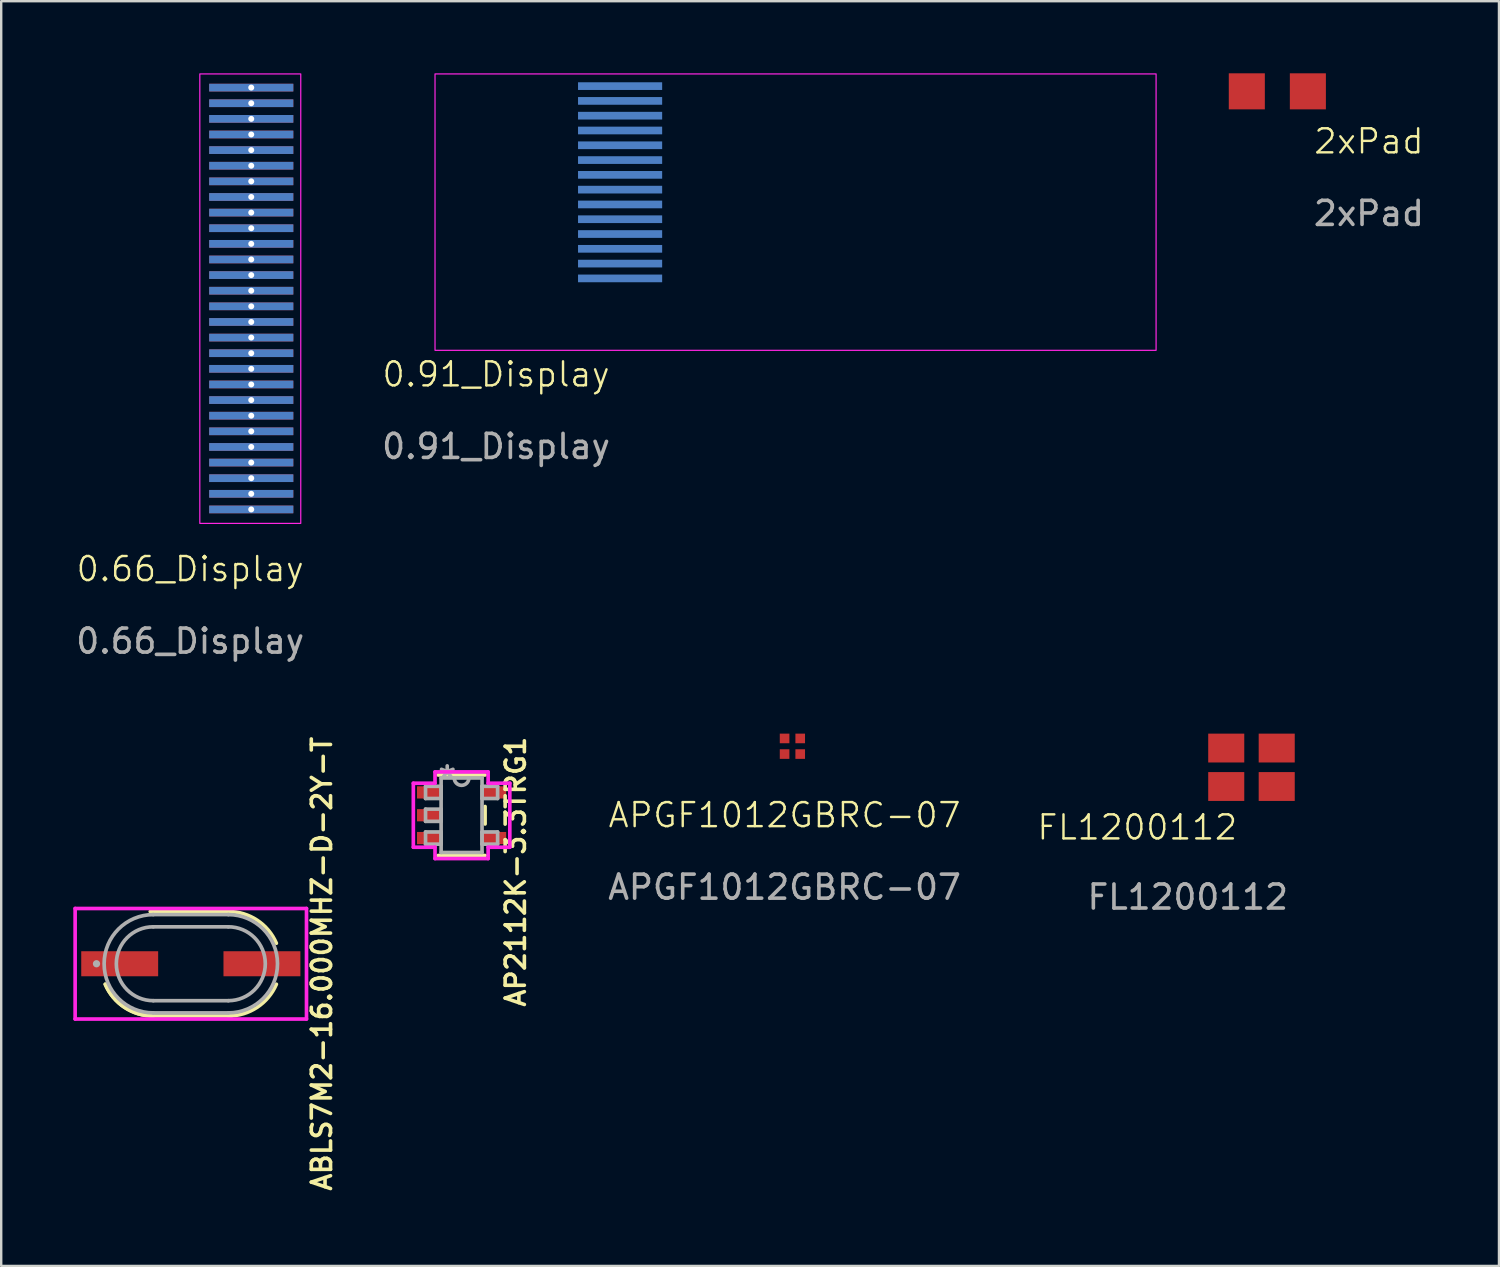
<source format=kicad_pcb>
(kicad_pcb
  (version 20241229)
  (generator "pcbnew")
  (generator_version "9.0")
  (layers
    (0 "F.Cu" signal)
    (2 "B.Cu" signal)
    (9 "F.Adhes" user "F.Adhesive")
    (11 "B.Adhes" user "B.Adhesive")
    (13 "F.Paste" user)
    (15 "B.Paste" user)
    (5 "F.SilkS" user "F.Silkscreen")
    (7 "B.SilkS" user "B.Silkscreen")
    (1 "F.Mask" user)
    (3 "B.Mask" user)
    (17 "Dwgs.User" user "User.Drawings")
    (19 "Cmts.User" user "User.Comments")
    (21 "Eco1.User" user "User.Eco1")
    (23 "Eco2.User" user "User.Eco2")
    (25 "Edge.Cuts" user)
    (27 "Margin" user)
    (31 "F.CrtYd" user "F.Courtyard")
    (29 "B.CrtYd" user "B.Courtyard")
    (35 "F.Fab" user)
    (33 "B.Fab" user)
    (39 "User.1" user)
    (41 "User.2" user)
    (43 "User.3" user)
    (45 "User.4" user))
  (footprint "ABLS7M2-16.000MHZ-D-2Y-T"
    (layer "F.Cu")
    (at 4.889 37.047)
    (property "Reference" "ABLS7M2-16.000MHZ-D-2Y-T" (at 5.45 0 90) (layer "F.SilkS") (effects (font (size 0.8 0.8) (thickness 0.15))))
    (attr through_hole)
    (fp_line (start -1.689 -2.172) (end 1.689 -2.172) (stroke (width 0.152) (type solid)) (layer "F.SilkS"))
    (fp_line (start 1.689 2.172) (end -1.689 2.172) (stroke (width 0.152) (type solid)) (layer "F.SilkS"))
    (fp_arc (start -1.5621 2.1717) (mid -2.758525 1.812415) (end -3.559078 0.85344) (stroke (width 0.1524) (type solid)) (layer "F.SilkS"))
    (fp_arc (start -1.5621 2.1717) (mid -2.758524 1.812415) (end -3.559077 0.853441) (stroke (width 0.1524) (type solid)) (layer "F.SilkS"))
    (fp_arc (start 1.5621 -2.1717) (mid 2.758525 -1.812415) (end 3.559078 -0.85344) (stroke (width 0.1524) (type solid)) (layer "F.SilkS"))
    (fp_arc (start 3.559676 0.852039) (mid 2.75916 1.811995) (end 1.5621 2.1717) (stroke (width 0.1524) (type solid)) (layer "F.SilkS"))
    (fp_line (start -4.813 -2.299) (end 4.813 -2.299) (stroke (width 0.152) (type solid)) (layer "F.CrtYd"))
    (fp_line (start -4.813 2.299) (end -4.813 -2.299) (stroke (width 0.152) (type solid)) (layer "F.CrtYd"))
    (fp_line (start 4.813 -2.299) (end 4.813 2.299) (stroke (width 0.152) (type solid)) (layer "F.CrtYd"))
    (fp_line (start 4.813 2.299) (end -4.813 2.299) (stroke (width 0.152) (type solid)) (layer "F.CrtYd"))
    (fp_line (start -1.562 -2.045) (end 1.562 -2.045) (stroke (width 0.152) (type solid)) (layer "F.Fab"))
    (fp_line (start -1.562 -1.537) (end 1.562 -1.537) (stroke (width 0.152) (type solid)) (layer "F.Fab"))
    (fp_line (start 1.562 1.537) (end -1.562 1.537) (stroke (width 0.152) (type solid)) (layer "F.Fab"))
    (fp_line (start 1.562 2.045) (end -1.562 2.045) (stroke (width 0.152) (type solid)) (layer "F.Fab"))
    (fp_arc (start -1.5621 1.5367) (mid -3.0988 0) (end -1.5621 -1.5367) (stroke (width 0.1524) (type solid)) (layer "F.Fab"))
    (fp_arc (start -1.5621 2.0447) (mid -3.6068 0) (end -1.5621 -2.0447) (stroke (width 0.1524) (type solid)) (layer "F.Fab"))
    (fp_arc (start 1.5621 -2.0447) (mid 3.6068 0) (end 1.5621 2.0447) (stroke (width 0.1524) (type solid)) (layer "F.Fab"))
    (fp_arc (start 1.5621 -1.5367) (mid 3.0988 0) (end 1.5621 1.5367) (stroke (width 0.1524) (type solid)) (layer "F.Fab"))
    (fp_circle (center -3.924 0) (end -3.924 0) (stroke (width 0.152) (type solid)) (fill no) (layer "F.Fab"))
    (pad "1" smd rect (at -2.959 0 90) (size 1.041 3.2) (layers "F.Cu" "F.Mask" "F.Paste"))
    (pad "2" smd rect (at 2.959 0 90) (size 1.041 3.2) (layers "F.Cu" "F.Mask" "F.Paste")))
  (footprint "AP2112K-3.3TRG1"
    (layer "F.Cu")
    (at 16.154 30.868)
    (property "Reference" "AP2112K-3.3TRG1" (at 2.25 2.35 270) (layer "F.SilkS") (effects (font (size 0.8 0.8) (thickness 0.15))))
    (attr through_hole)
    (fp_line (start -0.978 1.676) (end 0.978 1.676) (stroke (width 0.152) (type solid)) (layer "F.SilkS"))
    (fp_line (start 0.978 -1.676) (end -0.978 -1.676) (stroke (width 0.152) (type solid)) (layer "F.SilkS"))
    (fp_line (start 0.978 0.363) (end 0.978 -0.363) (stroke (width 0.152) (type solid)) (layer "F.SilkS"))
    (fp_line (start -2.007 -1.331) (end -1.105 -1.331) (stroke (width 0.152) (type solid)) (layer "F.CrtYd"))
    (fp_line (start -2.007 1.331) (end -2.007 -1.331) (stroke (width 0.152) (type solid)) (layer "F.CrtYd"))
    (fp_line (start -1.105 -1.803) (end 1.105 -1.803) (stroke (width 0.152) (type solid)) (layer "F.CrtYd"))
    (fp_line (start -1.105 -1.331) (end -1.105 -1.803) (stroke (width 0.152) (type solid)) (layer "F.CrtYd"))
    (fp_line (start -1.105 1.331) (end -2.007 1.331) (stroke (width 0.152) (type solid)) (layer "F.CrtYd"))
    (fp_line (start -1.105 1.803) (end -1.105 1.331) (stroke (width 0.152) (type solid)) (layer "F.CrtYd"))
    (fp_line (start 1.105 -1.803) (end 1.105 -1.331) (stroke (width 0.152) (type solid)) (layer "F.CrtYd"))
    (fp_line (start 1.105 -1.331) (end 2.007 -1.331) (stroke (width 0.152) (type solid)) (layer "F.CrtYd"))
    (fp_line (start 1.105 1.331) (end 1.105 1.803) (stroke (width 0.152) (type solid)) (layer "F.CrtYd"))
    (fp_line (start 1.105 1.803) (end -1.105 1.803) (stroke (width 0.152) (type solid)) (layer "F.CrtYd"))
    (fp_line (start 2.007 -1.331) (end 2.007 1.331) (stroke (width 0.152) (type solid)) (layer "F.CrtYd"))
    (fp_line (start 2.007 1.331) (end 1.105 1.331) (stroke (width 0.152) (type solid)) (layer "F.CrtYd"))
    (fp_line (start -1.499 -1.204) (end -1.499 -0.696) (stroke (width 0.152) (type solid)) (layer "F.Fab"))
    (fp_line (start -1.499 -0.696) (end -0.851 -0.696) (stroke (width 0.152) (type solid)) (layer "F.Fab"))
    (fp_line (start -1.499 -0.254) (end -1.499 0.254) (stroke (width 0.152) (type solid)) (layer "F.Fab"))
    (fp_line (start -1.499 0.254) (end -0.851 0.254) (stroke (width 0.152) (type solid)) (layer "F.Fab"))
    (fp_line (start -1.499 0.696) (end -1.499 1.204) (stroke (width 0.152) (type solid)) (layer "F.Fab"))
    (fp_line (start -1.499 1.204) (end -0.851 1.204) (stroke (width 0.152) (type solid)) (layer "F.Fab"))
    (fp_line (start -0.851 -1.549) (end -0.851 1.549) (stroke (width 0.152) (type solid)) (layer "F.Fab"))
    (fp_line (start -0.851 -1.204) (end -1.499 -1.204) (stroke (width 0.152) (type solid)) (layer "F.Fab"))
    (fp_line (start -0.851 -0.696) (end -0.851 -1.204) (stroke (width 0.152) (type solid)) (layer "F.Fab"))
    (fp_line (start -0.851 -0.254) (end -1.499 -0.254) (stroke (width 0.152) (type solid)) (layer "F.Fab"))
    (fp_line (start -0.851 0.254) (end -0.851 -0.254) (stroke (width 0.152) (type solid)) (layer "F.Fab"))
    (fp_line (start -0.851 0.696) (end -1.499 0.696) (stroke (width 0.152) (type solid)) (layer "F.Fab"))
    (fp_line (start -0.851 1.204) (end -0.851 0.696) (stroke (width 0.152) (type solid)) (layer "F.Fab"))
    (fp_line (start -0.851 1.549) (end 0.851 1.549) (stroke (width 0.152) (type solid)) (layer "F.Fab"))
    (fp_line (start 0.851 -1.549) (end -0.851 -1.549) (stroke (width 0.152) (type solid)) (layer "F.Fab"))
    (fp_line (start 0.851 -1.204) (end 0.851 -0.696) (stroke (width 0.152) (type solid)) (layer "F.Fab"))
    (fp_line (start 0.851 -0.696) (end 1.499 -0.696) (stroke (width 0.152) (type solid)) (layer "F.Fab"))
    (fp_line (start 0.851 0.696) (end 0.851 1.204) (stroke (width 0.152) (type solid)) (layer "F.Fab"))
    (fp_line (start 0.851 1.204) (end 1.499 1.204) (stroke (width 0.152) (type solid)) (layer "F.Fab"))
    (fp_line (start 0.851 1.549) (end 0.851 -1.549) (stroke (width 0.152) (type solid)) (layer "F.Fab"))
    (fp_line (start 1.499 -1.204) (end 0.851 -1.204) (stroke (width 0.152) (type solid)) (layer "F.Fab"))
    (fp_line (start 1.499 -0.696) (end 1.499 -1.204) (stroke (width 0.152) (type solid)) (layer "F.Fab"))
    (fp_line (start 1.499 0.696) (end 0.851 0.696) (stroke (width 0.152) (type solid)) (layer "F.Fab"))
    (fp_line (start 1.499 1.204) (end 1.499 0.696) (stroke (width 0.152) (type solid)) (layer "F.Fab"))
    (fp_arc (start 0.3048 -1.5494) (mid 0 -1.2446) (end -0.3048 -1.5494) (stroke (width 0.1524) (type solid)) (layer "F.Fab"))
    (fp_text user "*" (at -0.597 -1.509 0) (layer "F.Fab") (effects (font (size 1 1) (thickness 0.15))))
    (pad "1" smd rect (at -1.353 -0.95) (size 1.003 0.508) (layers "F.Cu" "F.Mask" "F.Paste"))
    (pad "2" smd rect (at -1.353 0) (size 1.003 0.508) (layers "F.Cu" "F.Mask" "F.Paste"))
    (pad "3" smd rect (at -1.353 0.95) (size 1.003 0.508) (layers "F.Cu" "F.Mask" "F.Paste"))
    (pad "4" smd rect (at 1.353 0.95) (size 1.003 0.508) (layers "F.Cu" "F.Mask" "F.Paste"))
    (pad "5" smd rect (at 1.353 -0.95) (size 1.003 0.508) (layers "F.Cu" "F.Mask" "F.Paste")))
  (footprint "FL1200112"
    (layer "F.Cu")
    (at 46.968 30.573)
    (property "Reference" "FL1200112" (at -2.7 0.8 0) (unlocked yes) (layer "F.SilkS") (effects (font (size 1 1) (thickness 0.1))))
    (attr smd)
    (fp_text user "${REFERENCE}" (at -0.6 3.7 0) (unlocked yes) (layer "F.Fab") (effects (font (size 1 1) (thickness 0.15))))
    (pad "1" smd rect (at 1 -0.9) (size 1.5 1.2) (layers "F.Cu" "F.Mask" "F.Paste"))
    (pad "2" smd rect (at 3.1 -0.9) (size 1.5 1.2) (layers "F.Cu" "F.Mask" "F.Paste"))
    (pad "3" smd rect (at 3.1 -2.5) (size 1.5 1.2) (layers "F.Cu" "F.Mask" "F.Paste"))
    (pad "4" smd rect (at 1 -2.5) (size 1.5 1.2) (layers "F.Cu" "F.Mask" "F.Paste")))
  (footprint "0.91_Display"
    (layer "F.Cu")
    (at 15.049 12.525)
    (property "Reference" "0.91_Display" (at 2.54 0 0) (unlocked yes) (layer "F.SilkS") (effects (font (size 1 1) (thickness 0.1))))
    (attr smd)
    (fp_rect (start 0 -12.5) (end 30 -1) (stroke (width 0.05) (type default)) (fill no) (layer "F.CrtYd"))
    (fp_text user "${REFERENCE}" (at 2.54 3 0) (unlocked yes) (layer "F.Fab") (effects (font (size 1 1) (thickness 0.15))))
    (pad "1" smd rect (at 7.7 -11.992) (size 3.5 0.32) (layers "B.Cu" "B.Mask" "B.Paste"))
    (pad "2" smd rect (at 7.7 -11.377) (size 3.5 0.32) (layers "B.Cu" "B.Mask" "B.Paste"))
    (pad "3" smd rect (at 7.7 -10.762) (size 3.5 0.32) (layers "B.Cu" "B.Mask" "B.Paste"))
    (pad "4" smd rect (at 7.7 -10.146) (size 3.5 0.32) (layers "B.Cu" "B.Mask" "B.Paste"))
    (pad "5" smd rect (at 7.7 -9.531) (size 3.5 0.32) (layers "B.Cu" "B.Mask" "B.Paste"))
    (pad "6" smd rect (at 7.7 -8.915) (size 3.5 0.32) (layers "B.Cu" "B.Mask" "B.Paste"))
    (pad "7" smd rect (at 7.7 -8.3) (size 3.5 0.32) (layers "B.Cu" "B.Mask" "B.Paste"))
    (pad "8" smd rect (at 7.7 -7.685) (size 3.5 0.32) (layers "B.Cu" "B.Mask" "B.Paste"))
    (pad "9" smd rect (at 7.7 -7.069) (size 3.5 0.32) (layers "B.Cu" "B.Mask" "B.Paste"))
    (pad "10" smd rect (at 7.7 -6.454) (size 3.5 0.32) (layers "B.Cu" "B.Mask" "B.Paste"))
    (pad "11" smd rect (at 7.7 -5.838) (size 3.5 0.32) (layers "B.Cu" "B.Mask" "B.Paste"))
    (pad "12" smd rect (at 7.7 -5.223) (size 3.5 0.32) (layers "B.Cu" "B.Mask" "B.Paste"))
    (pad "13" smd rect (at 7.7 -4.608) (size 3.5 0.32) (layers "B.Cu" "B.Mask" "B.Paste"))
    (pad "14" smd rect (at 7.7 -3.992) (size 3.5 0.32) (layers "B.Cu" "B.Mask" "B.Paste")))
  (footprint "2xPad"
    (layer "F.Cu")
    (at 48.824 0.75)
    (property "Reference" "2xPad" (at 5.08 2.08 0) (unlocked yes) (layer "F.SilkS") (effects (font (size 1 1) (thickness 0.1))))
    (attr smd)
    (fp_text user "${REFERENCE}" (at 5.08 5.08 0) (unlocked yes) (layer "F.Fab") (effects (font (size 1 1) (thickness 0.15))))
    (pad "1" smd rect (at 0 0) (size 1.5 1.5) (layers "F.Cu" "F.Mask" "F.Paste"))
    (pad "2" smd rect (at 2.54 0) (size 1.5 1.5) (layers "F.Cu" "F.Mask" "F.Paste")))
  (footprint "APGF1012GBRC-07"
    (layer "F.Cu")
    (at 29.593 28.323)
    (property "Reference" "APGF1012GBRC-07" (at 0 2.54 0) (unlocked yes) (layer "F.SilkS") (effects (font (size 1 1) (thickness 0.1))))
    (attr smd)
    (fp_text user "${REFERENCE}" (at 0 5.54 0) (unlocked yes) (layer "F.Fab") (effects (font (size 1 1) (thickness 0.15))))
    (pad "1" smd rect (at 0 0) (size 0.4 0.4) (layers "F.Cu" "F.Mask" "F.Paste"))
    (pad "2" smd rect (at 0 -0.65) (size 0.4 0.4) (layers "F.Cu" "F.Mask" "F.Paste"))
    (pad "3" smd rect (at 0.65 -0.65) (size 0.4 0.4) (layers "F.Cu" "F.Mask" "F.Paste"))
    (pad "4" smd rect (at 0.65 0) (size 0.4 0.4) (layers "F.Cu" "F.Mask" "F.Paste")))
  (footprint "0.66_Display"
    (layer "F.Cu")
    (at 4.863 20.625)
    (property "Reference" "0.66_Display" (at 0 0 0) (unlocked yes) (layer "F.SilkS") (effects (font (size 1 1) (thickness 0.1))))
    (attr smd)
    (fp_rect (start 0.4 -20.6) (end 4.6 -1.9) (stroke (width 0.05) (type default)) (fill no) (layer "F.CrtYd"))
    (fp_text user "${REFERENCE}" (at 0 3 0) (unlocked yes) (layer "F.Fab") (effects (font (size 1 1) (thickness 0.15))))
    (pad "1" thru_hole rect (at 2.54 -20.03) (size 3.5 0.32) (drill 0.25) (layers "*.Cu" "*.Mask"))
    (pad "2" thru_hole rect (at 2.54 -19.38) (size 3.5 0.32) (drill 0.25) (layers "*.Cu" "*.Mask"))
    (pad "3" thru_hole rect (at 2.54 -18.73) (size 3.5 0.32) (drill 0.25) (layers "*.Cu" "*.Mask"))
    (pad "4" thru_hole rect (at 2.54 -18.08) (size 3.5 0.32) (drill 0.25) (layers "*.Cu" "*.Mask"))
    (pad "5" thru_hole rect (at 2.54 -17.43) (size 3.5 0.32) (drill 0.25) (layers "*.Cu" "*.Mask"))
    (pad "6" thru_hole rect (at 2.54 -16.78) (size 3.5 0.32) (drill 0.25) (layers "*.Cu" "*.Mask"))
    (pad "7" thru_hole rect (at 2.54 -16.13) (size 3.5 0.32) (drill 0.25) (layers "*.Cu" "*.Mask"))
    (pad "8" thru_hole rect (at 2.54 -15.48) (size 3.5 0.32) (drill 0.25) (layers "*.Cu" "*.Mask"))
    (pad "9" thru_hole rect (at 2.54 -14.83) (size 3.5 0.32) (drill 0.25) (layers "*.Cu" "*.Mask"))
    (pad "10" thru_hole rect (at 2.54 -14.18) (size 3.5 0.32) (drill 0.25) (layers "*.Cu" "*.Mask"))
    (pad "11" thru_hole rect (at 2.54 -13.53) (size 3.5 0.32) (drill 0.25) (layers "*.Cu" "*.Mask"))
    (pad "12" thru_hole rect (at 2.54 -12.88) (size 3.5 0.32) (drill 0.25) (layers "*.Cu" "*.Mask"))
    (pad "13" thru_hole rect (at 2.54 -12.23) (size 3.5 0.32) (drill 0.25) (layers "*.Cu" "*.Mask"))
    (pad "14" thru_hole rect (at 2.54 -11.58) (size 3.5 0.32) (drill 0.25) (layers "*.Cu" "*.Mask"))
    (pad "15" thru_hole rect (at 2.54 -10.93) (size 3.5 0.32) (drill 0.25) (layers "*.Cu" "*.Mask"))
    (pad "16" thru_hole rect (at 2.54 -10.28) (size 3.5 0.32) (drill 0.25) (layers "*.Cu" "*.Mask"))
    (pad "17" thru_hole rect (at 2.54 -9.63) (size 3.5 0.32) (drill 0.25) (layers "*.Cu" "*.Mask"))
    (pad "18" thru_hole rect (at 2.54 -8.98) (size 3.5 0.32) (drill 0.25) (layers "*.Cu" "*.Mask"))
    (pad "19" thru_hole rect (at 2.54 -8.33) (size 3.5 0.32) (drill 0.25) (layers "*.Cu" "*.Mask"))
    (pad "20" thru_hole rect (at 2.54 -7.68) (size 3.5 0.32) (drill 0.25) (layers "*.Cu" "*.Mask"))
    (pad "21" thru_hole rect (at 2.54 -7.03) (size 3.5 0.32) (drill 0.25) (layers "*.Cu" "*.Mask"))
    (pad "22" thru_hole rect (at 2.54 -6.38) (size 3.5 0.32) (drill 0.25) (layers "*.Cu" "*.Mask"))
    (pad "23" thru_hole rect (at 2.54 -5.73) (size 3.5 0.32) (drill 0.25) (layers "*.Cu" "*.Mask"))
    (pad "24" thru_hole rect (at 2.54 -5.08) (size 3.5 0.32) (drill 0.25) (layers "*.Cu" "*.Mask"))
    (pad "25" thru_hole rect (at 2.54 -4.43) (size 3.5 0.32) (drill 0.25) (layers "*.Cu" "*.Mask"))
    (pad "26" thru_hole rect (at 2.54 -3.78) (size 3.5 0.32) (drill 0.25) (layers "*.Cu" "*.Mask"))
    (pad "27" thru_hole rect (at 2.54 -3.13) (size 3.5 0.32) (drill 0.25) (layers "*.Cu" "*.Mask"))
    (pad "28" thru_hole rect (at 2.54 -2.48) (size 3.5 0.32) (drill 0.25) (layers "*.Cu" "*.Mask")))
  (gr_rect
    (start -3 -3)
    (end 59.315 49.62)
    (stroke (width 0.1) (type default))
    (fill no)
    (layer "Edge.Cuts")))
</source>
